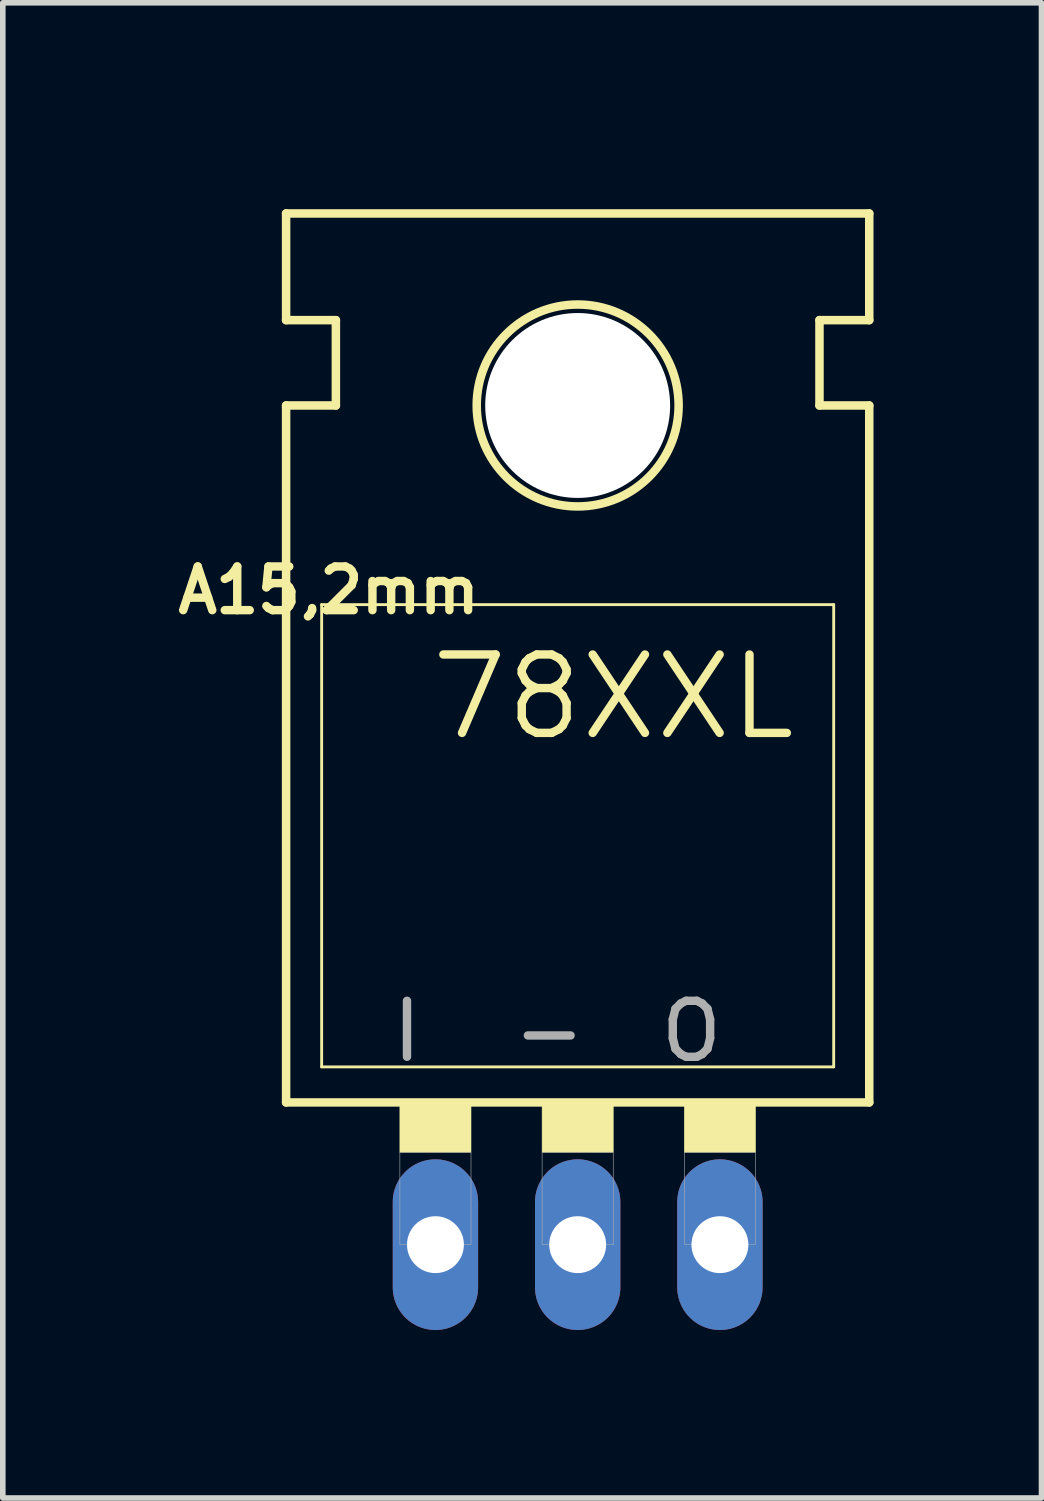
<source format=kicad_pcb>
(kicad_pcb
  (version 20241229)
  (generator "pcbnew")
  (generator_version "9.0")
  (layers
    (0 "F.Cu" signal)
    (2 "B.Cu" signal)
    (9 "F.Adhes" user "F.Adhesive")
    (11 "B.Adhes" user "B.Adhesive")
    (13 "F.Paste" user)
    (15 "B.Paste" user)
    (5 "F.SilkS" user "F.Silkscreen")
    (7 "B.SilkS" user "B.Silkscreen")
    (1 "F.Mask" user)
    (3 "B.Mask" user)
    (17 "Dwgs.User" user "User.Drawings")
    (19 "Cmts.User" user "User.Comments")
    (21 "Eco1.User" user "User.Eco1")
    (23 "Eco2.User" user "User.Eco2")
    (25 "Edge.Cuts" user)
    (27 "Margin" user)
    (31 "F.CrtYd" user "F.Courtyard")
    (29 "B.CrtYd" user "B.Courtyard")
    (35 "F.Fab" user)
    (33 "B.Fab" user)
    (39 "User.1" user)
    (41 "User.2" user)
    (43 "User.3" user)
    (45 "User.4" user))
  (footprint "78XXL"
    (layer "F.Cu")
    (at 7.266 15.367)
    (property "Reference" "78XXL" (at 0.635 -5.969 0) (layer "F.SilkS") (effects (font (size 1.4 1.4) (thickness 0.15))))
    (attr through_hole)
    (fp_line (start -5.207 -12.7) (end -5.207 -14.605) (stroke (width 0.152) (type solid)) (layer "F.SilkS"))
    (fp_line (start -5.207 -11.176) (end -4.318 -11.176) (stroke (width 0.152) (type solid)) (layer "F.SilkS"))
    (fp_line (start -5.207 1.27) (end -5.207 -11.176) (stroke (width 0.152) (type solid)) (layer "F.SilkS"))
    (fp_line (start -5.207 1.27) (end 5.207 1.27) (stroke (width 0.152) (type solid)) (layer "F.SilkS"))
    (fp_line (start -4.572 0.635) (end -4.572 -7.62) (stroke (width 0.051) (type solid)) (layer "F.SilkS"))
    (fp_line (start -4.572 0.635) (end 4.572 0.635) (stroke (width 0.051) (type solid)) (layer "F.SilkS"))
    (fp_line (start -4.318 -12.7) (end -5.207 -12.7) (stroke (width 0.152) (type solid)) (layer "F.SilkS"))
    (fp_line (start -4.318 -11.176) (end -4.318 -12.7) (stroke (width 0.152) (type solid)) (layer "F.SilkS"))
    (fp_line (start 4.318 -12.7) (end 5.207 -12.7) (stroke (width 0.152) (type solid)) (layer "F.SilkS"))
    (fp_line (start 4.318 -11.176) (end 4.318 -12.7) (stroke (width 0.152) (type solid)) (layer "F.SilkS"))
    (fp_line (start 4.572 -7.62) (end -4.572 -7.62) (stroke (width 0.051) (type solid)) (layer "F.SilkS"))
    (fp_line (start 4.572 -7.62) (end 4.572 0.635) (stroke (width 0.051) (type solid)) (layer "F.SilkS"))
    (fp_line (start 5.207 -14.605) (end -5.207 -14.605) (stroke (width 0.152) (type solid)) (layer "F.SilkS"))
    (fp_line (start 5.207 -12.7) (end 5.207 -14.605) (stroke (width 0.152) (type solid)) (layer "F.SilkS"))
    (fp_line (start 5.207 -11.176) (end 4.318 -11.176) (stroke (width 0.152) (type solid)) (layer "F.SilkS"))
    (fp_line (start 5.207 1.27) (end 5.207 -11.176) (stroke (width 0.152) (type solid)) (layer "F.SilkS"))
    (fp_circle (center 0 -11.176) (end 1.803 -11.176) (stroke (width 0.152) (type solid)) (fill no) (layer "F.SilkS"))
    (fp_poly (pts (xy -3.175 1.27) (xy -1.905 1.27) (xy -1.905 2.159) (xy -3.175 2.159)) (stroke (width 0.01) (type solid)) (fill yes) (layer "F.SilkS"))
    (fp_poly (pts (xy -0.635 1.27) (xy 0.635 1.27) (xy 0.635 2.159) (xy -0.635 2.159)) (stroke (width 0.01) (type solid)) (fill yes) (layer "F.SilkS"))
    (fp_poly (pts (xy 1.905 1.27) (xy 3.175 1.27) (xy 3.175 2.159) (xy 1.905 2.159)) (stroke (width 0.01) (type solid)) (fill yes) (layer "F.SilkS"))
    (fp_poly (pts (xy -3.175 2.159) (xy -1.905 2.159) (xy -1.905 3.81) (xy -3.175 3.81)) (stroke (width 0.01) (type solid)) (fill no) (layer "F.Fab"))
    (fp_poly (pts (xy -0.635 2.159) (xy 0.635 2.159) (xy 0.635 3.81) (xy -0.635 3.81)) (stroke (width 0.01) (type solid)) (fill no) (layer "F.Fab"))
    (fp_poly (pts (xy 1.905 2.159) (xy 3.175 2.159) (xy 3.175 3.81) (xy 1.905 3.81)) (stroke (width 0.01) (type solid)) (fill no) (layer "F.Fab"))
    (fp_text user "A15,2mm" (at -4.445 -7.874 0) (layer "F.SilkS") (effects (font (size 0.78 0.78) (thickness 0.15))))
    (fp_text user "I" (at -3.048 0 0) (layer "F.Fab") (effects (font (size 1 1) (thickness 0.15))))
    (fp_text user "O" (at 2.032 0 0) (layer "F.Fab") (effects (font (size 1 1) (thickness 0.15))))
    (fp_text user "-" (at -0.508 0 0) (layer "F.Fab") (effects (font (size 1 1) (thickness 0.15))))
    (pad "" np_thru_hole circle (at 0 -11.176) (size 3.302 3.302) (drill 3.302) (layers "*.Cu" "*.Mask"))
    (pad "GND" thru_hole oval (at 0 3.81) (size 1.524 3.048) (drill 1.016) (layers "*.Cu" "*.Mask"))
    (pad "IN" thru_hole oval (at -2.54 3.81) (size 1.524 3.048) (drill 1.016) (layers "*.Cu" "*.Mask"))
    (pad "OUT" thru_hole oval (at 2.54 3.81) (size 1.524 3.048) (drill 1.016) (layers "*.Cu" "*.Mask"))
    (zone (net_name "") (layers "F.Cu" "B.Cu") (hatch full 0.508) (connect_pads) (min_thickness 0) (filled_areas_thickness no) (keepout (tracks allowed) (vias not_allowed) (pads allowed) (copperpour allowed) (footprints allowed)) (placement (enabled no)) (fill) (polygon (pts (xy 11.457 4.191) (xy 11.437 4.602) (xy 11.377 5.009) (xy 11.277 5.408) (xy 11.138 5.795) (xy 10.962 6.167) (xy 10.751 6.519) (xy 10.506 6.85) (xy 10.23 7.154) (xy 9.925 7.431) (xy 9.595 7.676) (xy 9.242 7.887) (xy 8.87 8.063) (xy 8.483 8.202) (xy 8.084 8.301) (xy 7.677 8.362) (xy 7.266 8.382) (xy 6.855 8.362) (xy 6.449 8.301) (xy 6.05 8.202) (xy 5.662 8.063) (xy 5.291 7.887) (xy 4.938 7.676) (xy 4.608 7.431) (xy 4.303 7.154) (xy 4.027 6.85) (xy 3.782 6.519) (xy 3.57 6.167) (xy 3.394 5.795) (xy 3.256 5.408) (xy 3.156 5.009) (xy 3.095 4.602) (xy 3.075 4.191) (xy 3.095 3.78) (xy 3.156 3.373) (xy 3.256 2.974) (xy 3.394 2.587) (xy 3.57 2.215) (xy 3.782 1.863) (xy 4.027 1.532) (xy 4.303 1.228) (xy 4.608 0.951) (xy 4.938 0.706) (xy 5.291 0.495) (xy 5.662 0.319) (xy 6.05 0.18) (xy 6.449 0.081) (xy 6.855 0.02) (xy 7.266 0) (xy 7.677 0.02) (xy 8.084 0.081) (xy 8.483 0.18) (xy 8.87 0.319) (xy 9.242 0.495) (xy 9.595 0.706) (xy 9.925 0.951) (xy 10.23 1.228) (xy 10.506 1.532) (xy 10.751 1.863) (xy 10.962 2.215) (xy 11.138 2.587) (xy 11.277 2.974) (xy 11.377 3.373) (xy 11.437 3.78))))
    (zone (net_name "") (layer "B.Cu") (hatch full 0.508) (connect_pads) (min_thickness 0) (filled_areas_thickness no) (keepout (tracks not_allowed) (vias not_allowed) (pads not_allowed) (copperpour not_allowed) (footprints allowed)) (placement (enabled no)) (fill) (polygon (pts (xy 11.457 4.191) (xy 11.437 4.602) (xy 11.377 5.009) (xy 11.277 5.408) (xy 11.138 5.795) (xy 10.962 6.167) (xy 10.751 6.519) (xy 10.506 6.85) (xy 10.23 7.154) (xy 9.925 7.431) (xy 9.595 7.676) (xy 9.242 7.887) (xy 8.87 8.063) (xy 8.483 8.202) (xy 8.084 8.301) (xy 7.677 8.362) (xy 7.266 8.382) (xy 6.855 8.362) (xy 6.449 8.301) (xy 6.05 8.202) (xy 5.662 8.063) (xy 5.291 7.887) (xy 4.938 7.676) (xy 4.608 7.431) (xy 4.303 7.154) (xy 4.027 6.85) (xy 3.782 6.519) (xy 3.57 6.167) (xy 3.394 5.795) (xy 3.256 5.408) (xy 3.156 5.009) (xy 3.095 4.602) (xy 3.075 4.191) (xy 3.095 3.78) (xy 3.156 3.373) (xy 3.256 2.974) (xy 3.394 2.587) (xy 3.57 2.215) (xy 3.782 1.863) (xy 4.027 1.532) (xy 4.303 1.228) (xy 4.608 0.951) (xy 4.938 0.706) (xy 5.291 0.495) (xy 5.662 0.319) (xy 6.05 0.18) (xy 6.449 0.081) (xy 6.855 0.02) (xy 7.266 0) (xy 7.677 0.02) (xy 8.084 0.081) (xy 8.483 0.18) (xy 8.87 0.319) (xy 9.242 0.495) (xy 9.595 0.706) (xy 9.925 0.951) (xy 10.23 1.228) (xy 10.506 1.532) (xy 10.751 1.863) (xy 10.962 2.215) (xy 11.138 2.587) (xy 11.277 2.974) (xy 11.377 3.373) (xy 11.437 3.78)))))
  (gr_rect
    (start -3 -3)
    (end 15.549 23.701)
    (stroke (width 0.1) (type default))
    (fill no)
    (layer "Edge.Cuts")))
</source>
